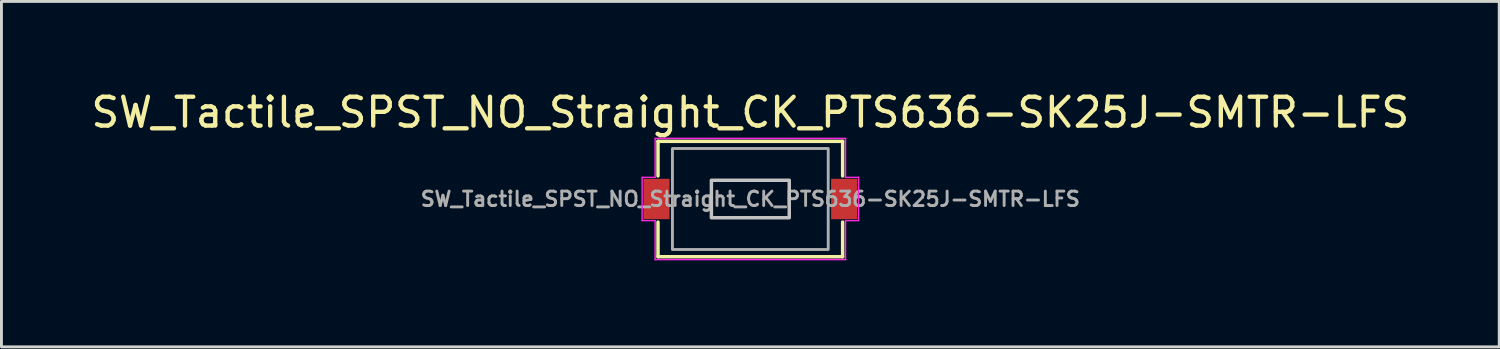
<source format=kicad_pcb>
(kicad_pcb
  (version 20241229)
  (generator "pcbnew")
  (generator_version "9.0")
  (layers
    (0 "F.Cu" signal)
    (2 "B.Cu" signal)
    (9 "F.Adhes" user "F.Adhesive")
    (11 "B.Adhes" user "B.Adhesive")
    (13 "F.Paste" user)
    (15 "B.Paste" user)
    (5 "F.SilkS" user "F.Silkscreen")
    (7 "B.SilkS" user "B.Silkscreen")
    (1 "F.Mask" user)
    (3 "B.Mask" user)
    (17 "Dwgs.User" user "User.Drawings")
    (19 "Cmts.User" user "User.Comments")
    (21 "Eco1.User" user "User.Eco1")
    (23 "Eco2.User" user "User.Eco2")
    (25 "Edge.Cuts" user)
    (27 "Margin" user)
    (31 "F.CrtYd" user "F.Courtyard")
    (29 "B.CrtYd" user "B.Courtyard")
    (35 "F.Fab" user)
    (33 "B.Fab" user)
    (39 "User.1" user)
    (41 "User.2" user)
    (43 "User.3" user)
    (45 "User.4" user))
  (footprint "SW_Tactile_SPST_NO_Straight_CK_PTS636-SK25J-SMTR-LFS"
    (layer "F.Cu")
    (at 22.958 3.848)
    (property "Reference" "SW_Tactile_SPST_NO_Straight_CK_PTS636-SK25J-SMTR-LFS" (at 0 -3 0) (unlocked yes) (layer "F.SilkS") (effects (font (size 1 1) (thickness 0.15))))
    (attr smd)
    (fp_line (start -3.2 -2) (end -3.2 -0.8) (stroke (width 0.12) (type solid)) (layer "F.SilkS"))
    (fp_line (start -3.2 0.8) (end -3.2 2) (stroke (width 0.12) (type solid)) (layer "F.SilkS"))
    (fp_line (start -3.2 2) (end 3.2 2) (stroke (width 0.12) (type solid)) (layer "F.SilkS"))
    (fp_line (start 3.2 -2) (end -3.2 -2) (stroke (width 0.12) (type solid)) (layer "F.SilkS"))
    (fp_line (start 3.2 -0.8) (end 3.2 -2) (stroke (width 0.12) (type solid)) (layer "F.SilkS"))
    (fp_line (start 3.2 2) (end 3.2 0.8) (stroke (width 0.12) (type solid)) (layer "F.SilkS"))
    (fp_rect (start -1.35 -0.65) (end 1.35 0.65) (stroke (width 0.12) (type solid)) (fill no) (layer "Dwgs.User"))
    (fp_line (start -3.75 -0.75) (end -3.3 -0.75) (stroke (width 0.05) (type solid)) (layer "F.CrtYd"))
    (fp_line (start -3.75 0.75) (end -3.75 -0.75) (stroke (width 0.05) (type solid)) (layer "F.CrtYd"))
    (fp_line (start -3.3 -2.1) (end 3.3 -2.1) (stroke (width 0.05) (type solid)) (layer "F.CrtYd"))
    (fp_line (start -3.3 -0.75) (end -3.3 -2.1) (stroke (width 0.05) (type solid)) (layer "F.CrtYd"))
    (fp_line (start -3.3 0.75) (end -3.75 0.75) (stroke (width 0.05) (type solid)) (layer "F.CrtYd"))
    (fp_line (start -3.3 2.1) (end -3.3 0.75) (stroke (width 0.05) (type solid)) (layer "F.CrtYd"))
    (fp_line (start 3.3 -2.1) (end 3.3 -0.75) (stroke (width 0.05) (type solid)) (layer "F.CrtYd"))
    (fp_line (start 3.3 -0.75) (end 3.75 -0.75) (stroke (width 0.05) (type solid)) (layer "F.CrtYd"))
    (fp_line (start 3.3 0.75) (end 3.3 2.1) (stroke (width 0.05) (type solid)) (layer "F.CrtYd"))
    (fp_line (start 3.3 2.1) (end -3.3 2.1) (stroke (width 0.05) (type solid)) (layer "F.CrtYd"))
    (fp_line (start 3.75 -0.75) (end 3.75 0.75) (stroke (width 0.05) (type solid)) (layer "F.CrtYd"))
    (fp_line (start 3.75 0.75) (end 3.3 0.75) (stroke (width 0.05) (type solid)) (layer "F.CrtYd"))
    (fp_rect (start -2.7 -1.75) (end 2.7 1.75) (stroke (width 0.1) (type solid)) (fill no) (layer "F.Fab"))
    (fp_text user "${REFERENCE}" (at 0 0 0) (unlocked yes) (layer "F.Fab") (effects (font (size 0.5 0.5) (thickness 0.1))))
    (pad "1" smd rect (at -3.25 0) (size 0.9 1.4) (layers "F.Cu" "F.Mask" "F.Paste"))
    (pad "2" smd rect (at 3.25 0) (size 0.9 1.4) (layers "F.Cu" "F.Mask" "F.Paste")))
  (gr_rect
    (start -3 -3)
    (end 48.917 8.973)
    (stroke (width 0.1) (type default))
    (fill no)
    (layer "Edge.Cuts")))
</source>
